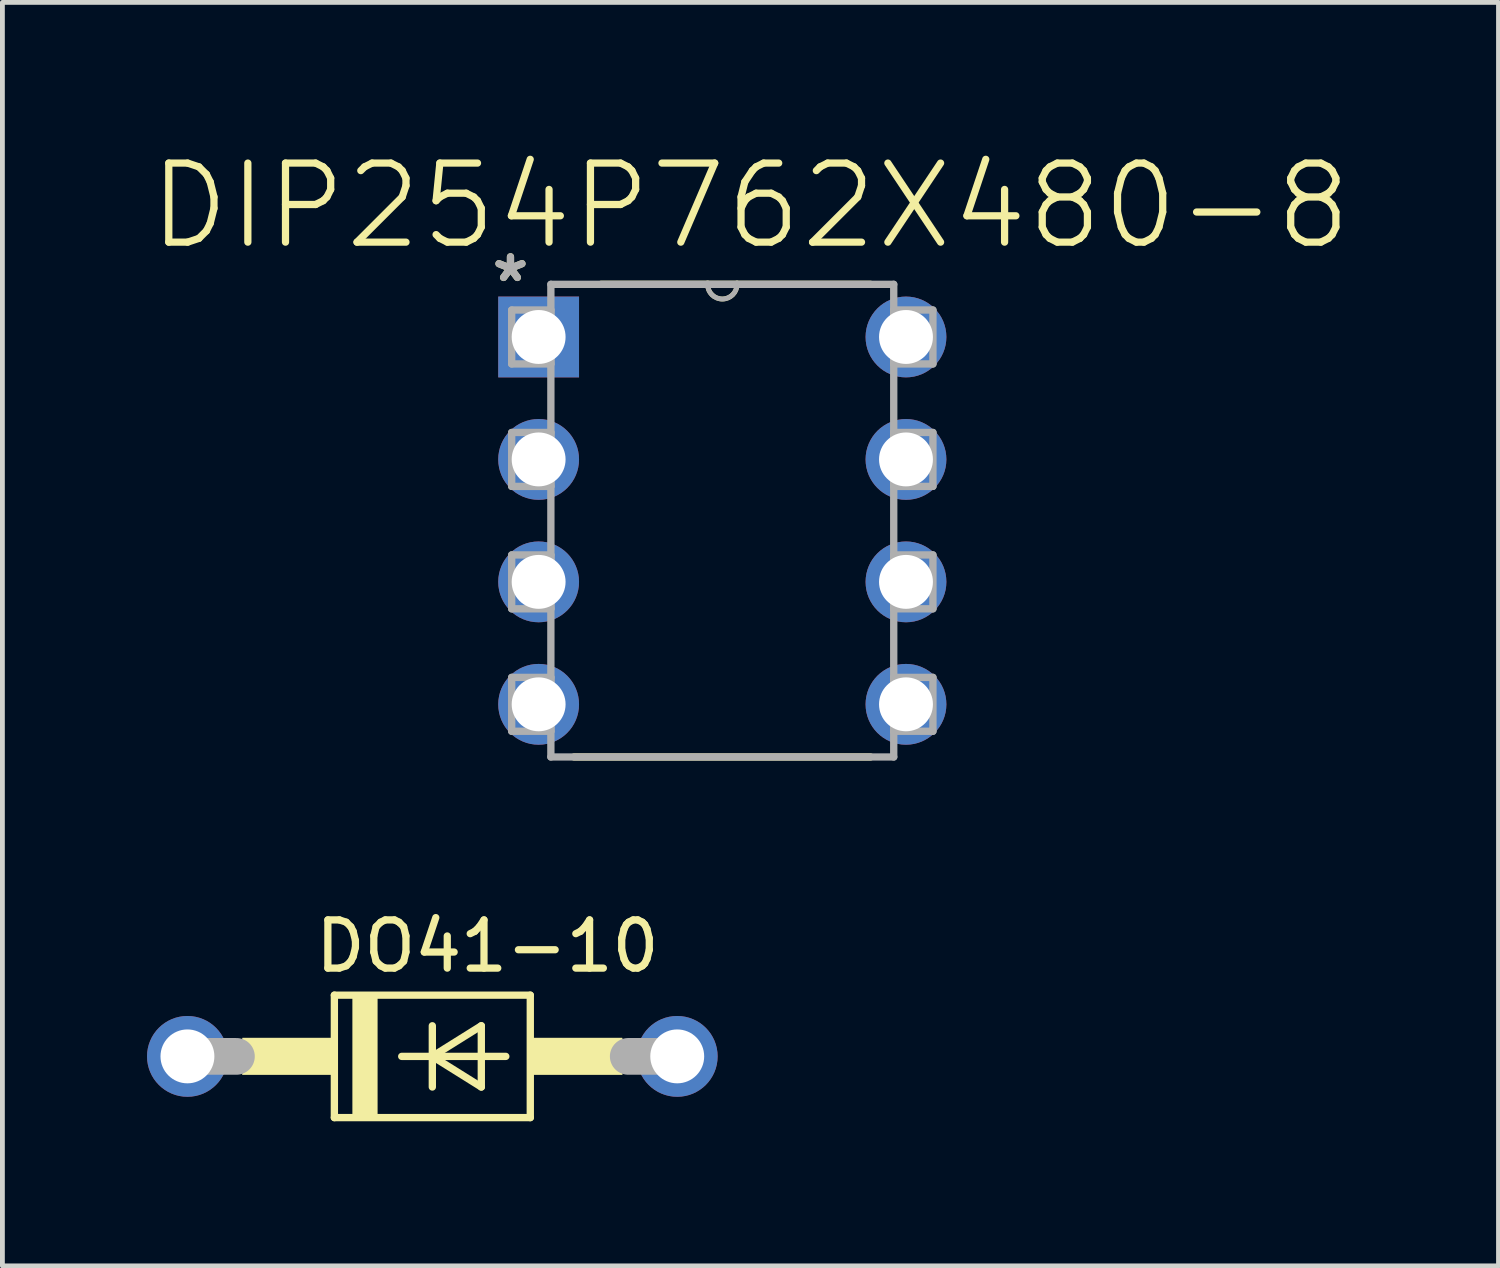
<source format=kicad_pcb>
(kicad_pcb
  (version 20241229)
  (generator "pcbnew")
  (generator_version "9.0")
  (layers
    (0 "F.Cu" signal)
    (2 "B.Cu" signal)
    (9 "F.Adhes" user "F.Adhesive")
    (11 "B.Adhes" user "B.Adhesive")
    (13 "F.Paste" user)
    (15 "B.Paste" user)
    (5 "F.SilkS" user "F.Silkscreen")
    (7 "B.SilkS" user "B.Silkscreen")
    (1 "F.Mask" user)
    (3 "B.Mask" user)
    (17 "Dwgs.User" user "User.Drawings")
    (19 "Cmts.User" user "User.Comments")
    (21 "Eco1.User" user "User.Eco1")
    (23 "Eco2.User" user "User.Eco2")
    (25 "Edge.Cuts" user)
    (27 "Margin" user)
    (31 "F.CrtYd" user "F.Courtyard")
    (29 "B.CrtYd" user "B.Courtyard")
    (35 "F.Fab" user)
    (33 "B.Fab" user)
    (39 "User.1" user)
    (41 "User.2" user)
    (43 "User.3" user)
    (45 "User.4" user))
  (footprint "DO41-10"
    (layer "F.Cu")
    (at 5.918 18.863)
    (property "Reference" "DO41-10" (at 1.143 -2.286 0) (layer "F.SilkS") (effects (font (size 1 1) (thickness 0.15))))
    (attr through_hole)
    (fp_line (start -2.032 -1.27) (end -2.032 1.27) (stroke (width 0.152) (type solid)) (layer "F.SilkS"))
    (fp_line (start -2.032 -1.27) (end 2.032 -1.27) (stroke (width 0.152) (type solid)) (layer "F.SilkS"))
    (fp_line (start -0.635 0) (end 0 0) (stroke (width 0.152) (type solid)) (layer "F.SilkS"))
    (fp_line (start 0 -0.635) (end 0 0) (stroke (width 0.152) (type solid)) (layer "F.SilkS"))
    (fp_line (start 0 0) (end 0 0.635) (stroke (width 0.152) (type solid)) (layer "F.SilkS"))
    (fp_line (start 0 0) (end 1.016 -0.635) (stroke (width 0.152) (type solid)) (layer "F.SilkS"))
    (fp_line (start 0 0) (end 1.524 0) (stroke (width 0.152) (type solid)) (layer "F.SilkS"))
    (fp_line (start 1.016 -0.635) (end 1.016 0.635) (stroke (width 0.152) (type solid)) (layer "F.SilkS"))
    (fp_line (start 1.016 0.635) (end 0 0) (stroke (width 0.152) (type solid)) (layer "F.SilkS"))
    (fp_line (start 2.032 1.27) (end -2.032 1.27) (stroke (width 0.152) (type solid)) (layer "F.SilkS"))
    (fp_line (start 2.032 1.27) (end 2.032 -1.27) (stroke (width 0.152) (type solid)) (layer "F.SilkS"))
    (fp_poly (pts (xy -3.937 -0.381) (xy -2.032 -0.381) (xy -2.032 0.381) (xy -3.937 0.381)) (stroke (width 0.01) (type solid)) (fill yes) (layer "F.SilkS"))
    (fp_poly (pts (xy -1.651 -1.27) (xy -1.143 -1.27) (xy -1.143 1.27) (xy -1.651 1.27)) (stroke (width 0.01) (type solid)) (fill yes) (layer "F.SilkS"))
    (fp_poly (pts (xy 2.032 -0.381) (xy 3.937 -0.381) (xy 3.937 0.381) (xy 2.032 0.381)) (stroke (width 0.01) (type solid)) (fill yes) (layer "F.SilkS"))
    (fp_line (start -5.08 0) (end -4.064 0) (stroke (width 0.762) (type solid)) (layer "F.Fab"))
    (fp_line (start 5.08 0) (end 4.064 0) (stroke (width 0.762) (type solid)) (layer "F.Fab"))
    (pad "A" thru_hole circle (at 5.08 0) (size 1.676 1.676) (drill 1.118) (layers "*.Cu" "*.Mask"))
    (pad "C" thru_hole circle (at -5.08 0) (size 1.676 1.676) (drill 1.118) (layers "*.Cu" "*.Mask")))
  (footprint "DIP254P762X480-8"
    (layer "F.Cu")
    (at 15.743 11.56)
    (property "Reference" "DIP254P762X480-8" (at -3.226 -10.338 0) (layer "F.SilkS") (effects (font (size 1.64 1.64) (thickness 0.15))))
    (attr through_hole)
    (fp_line (start -6.883 1.092) (end -0.737 1.092) (stroke (width 0.152) (type solid)) (layer "F.SilkS"))
    (fp_line (start -4.115 -8.712) (end -6.325 -8.712) (stroke (width 0.152) (type solid)) (layer "F.SilkS"))
    (fp_line (start -3.505 -8.712) (end -4.115 -8.712) (stroke (width 0.152) (type solid)) (layer "F.SilkS"))
    (fp_line (start -0.737 -8.712) (end -3.505 -8.712) (stroke (width 0.152) (type solid)) (layer "F.SilkS"))
    (fp_arc (start -3.5052 -8.7122) (mid -3.81 -8.4074) (end -4.1148 -8.7122) (stroke (width 0.1) (type solid)) (layer "F.SilkS"))
    (fp_line (start -8.179 -8.179) (end -8.179 -7.061) (stroke (width 0.152) (type solid)) (layer "F.Fab"))
    (fp_line (start -8.179 -7.061) (end -7.366 -7.061) (stroke (width 0.152) (type solid)) (layer "F.Fab"))
    (fp_line (start -8.179 -5.639) (end -8.179 -4.521) (stroke (width 0.152) (type solid)) (layer "F.Fab"))
    (fp_line (start -8.179 -4.521) (end -7.366 -4.521) (stroke (width 0.152) (type solid)) (layer "F.Fab"))
    (fp_line (start -8.179 -3.099) (end -8.179 -1.981) (stroke (width 0.152) (type solid)) (layer "F.Fab"))
    (fp_line (start -8.179 -1.981) (end -7.366 -1.981) (stroke (width 0.152) (type solid)) (layer "F.Fab"))
    (fp_line (start -8.179 -0.559) (end -8.179 0.559) (stroke (width 0.152) (type solid)) (layer "F.Fab"))
    (fp_line (start -8.179 0.559) (end -7.366 0.559) (stroke (width 0.152) (type solid)) (layer "F.Fab"))
    (fp_line (start -7.366 -8.712) (end -7.366 1.092) (stroke (width 0.152) (type solid)) (layer "F.Fab"))
    (fp_line (start -7.366 -8.179) (end -8.179 -8.179) (stroke (width 0.152) (type solid)) (layer "F.Fab"))
    (fp_line (start -7.366 -7.061) (end -7.366 -8.179) (stroke (width 0.152) (type solid)) (layer "F.Fab"))
    (fp_line (start -7.366 -5.639) (end -8.179 -5.639) (stroke (width 0.152) (type solid)) (layer "F.Fab"))
    (fp_line (start -7.366 -4.521) (end -7.366 -5.639) (stroke (width 0.152) (type solid)) (layer "F.Fab"))
    (fp_line (start -7.366 -3.099) (end -8.179 -3.099) (stroke (width 0.152) (type solid)) (layer "F.Fab"))
    (fp_line (start -7.366 -1.981) (end -7.366 -3.099) (stroke (width 0.152) (type solid)) (layer "F.Fab"))
    (fp_line (start -7.366 -0.559) (end -8.179 -0.559) (stroke (width 0.152) (type solid)) (layer "F.Fab"))
    (fp_line (start -7.366 0.559) (end -7.366 -0.559) (stroke (width 0.152) (type solid)) (layer "F.Fab"))
    (fp_line (start -7.366 1.092) (end -0.254 1.092) (stroke (width 0.152) (type solid)) (layer "F.Fab"))
    (fp_line (start -4.115 -8.712) (end -7.366 -8.712) (stroke (width 0.152) (type solid)) (layer "F.Fab"))
    (fp_line (start -3.505 -8.712) (end -4.115 -8.712) (stroke (width 0.152) (type solid)) (layer "F.Fab"))
    (fp_line (start -0.254 -8.712) (end -3.505 -8.712) (stroke (width 0.152) (type solid)) (layer "F.Fab"))
    (fp_line (start -0.254 -8.179) (end -0.254 -7.061) (stroke (width 0.152) (type solid)) (layer "F.Fab"))
    (fp_line (start -0.254 -7.061) (end 0.559 -7.061) (stroke (width 0.152) (type solid)) (layer "F.Fab"))
    (fp_line (start -0.254 -5.639) (end -0.254 -4.521) (stroke (width 0.152) (type solid)) (layer "F.Fab"))
    (fp_line (start -0.254 -4.521) (end 0.559 -4.521) (stroke (width 0.152) (type solid)) (layer "F.Fab"))
    (fp_line (start -0.254 -3.099) (end -0.254 -1.981) (stroke (width 0.152) (type solid)) (layer "F.Fab"))
    (fp_line (start -0.254 -1.981) (end 0.559 -1.981) (stroke (width 0.152) (type solid)) (layer "F.Fab"))
    (fp_line (start -0.254 -0.559) (end -0.254 0.559) (stroke (width 0.152) (type solid)) (layer "F.Fab"))
    (fp_line (start -0.254 0.559) (end 0.559 0.559) (stroke (width 0.152) (type solid)) (layer "F.Fab"))
    (fp_line (start -0.254 1.092) (end -0.254 -8.712) (stroke (width 0.152) (type solid)) (layer "F.Fab"))
    (fp_line (start 0.559 -8.179) (end -0.254 -8.179) (stroke (width 0.152) (type solid)) (layer "F.Fab"))
    (fp_line (start 0.559 -7.061) (end 0.559 -8.179) (stroke (width 0.152) (type solid)) (layer "F.Fab"))
    (fp_line (start 0.559 -5.639) (end -0.254 -5.639) (stroke (width 0.152) (type solid)) (layer "F.Fab"))
    (fp_line (start 0.559 -4.521) (end 0.559 -5.639) (stroke (width 0.152) (type solid)) (layer "F.Fab"))
    (fp_line (start 0.559 -3.099) (end -0.254 -3.099) (stroke (width 0.152) (type solid)) (layer "F.Fab"))
    (fp_line (start 0.559 -1.981) (end 0.559 -3.099) (stroke (width 0.152) (type solid)) (layer "F.Fab"))
    (fp_line (start 0.559 -0.559) (end -0.254 -0.559) (stroke (width 0.152) (type solid)) (layer "F.Fab"))
    (fp_line (start 0.559 0.559) (end 0.559 -0.559) (stroke (width 0.152) (type solid)) (layer "F.Fab"))
    (fp_arc (start -3.5052 -8.7122) (mid -3.81 -8.4074) (end -4.1148 -8.7122) (stroke (width 0.1) (type solid)) (layer "F.Fab"))
    (fp_text user "*" (at -8.204 -8.738 0) (layer "F.SilkS") (effects (font (size 1 1) (thickness 0.15))))
    (fp_text user "*" (at -8.204 -8.738 0) (layer "F.Fab") (effects (font (size 1 1) (thickness 0.15))))
    (pad "1" thru_hole rect (at -7.62 -7.62) (size 1.676 1.676) (drill 1.118) (layers "*.Cu" "*.Mask"))
    (pad "2" thru_hole circle (at -7.62 -5.08) (size 1.676 1.676) (drill 1.118) (layers "*.Cu" "*.Mask"))
    (pad "3" thru_hole circle (at -7.62 -2.54) (size 1.676 1.676) (drill 1.118) (layers "*.Cu" "*.Mask"))
    (pad "4" thru_hole circle (at -7.62 0) (size 1.676 1.676) (drill 1.118) (layers "*.Cu" "*.Mask"))
    (pad "5" thru_hole circle (at 0 0) (size 1.676 1.676) (drill 1.118) (layers "*.Cu" "*.Mask"))
    (pad "6" thru_hole circle (at 0 -2.54) (size 1.676 1.676) (drill 1.118) (layers "*.Cu" "*.Mask"))
    (pad "7" thru_hole circle (at 0 -5.08) (size 1.676 1.676) (drill 1.118) (layers "*.Cu" "*.Mask"))
    (pad "8" thru_hole circle (at 0 -7.62) (size 1.676 1.676) (drill 1.118) (layers "*.Cu" "*.Mask")))
  (gr_rect
    (start -3 -3)
    (end 28.034 23.209)
    (stroke (width 0.1) (type default))
    (fill no)
    (layer "Edge.Cuts")))
</source>
